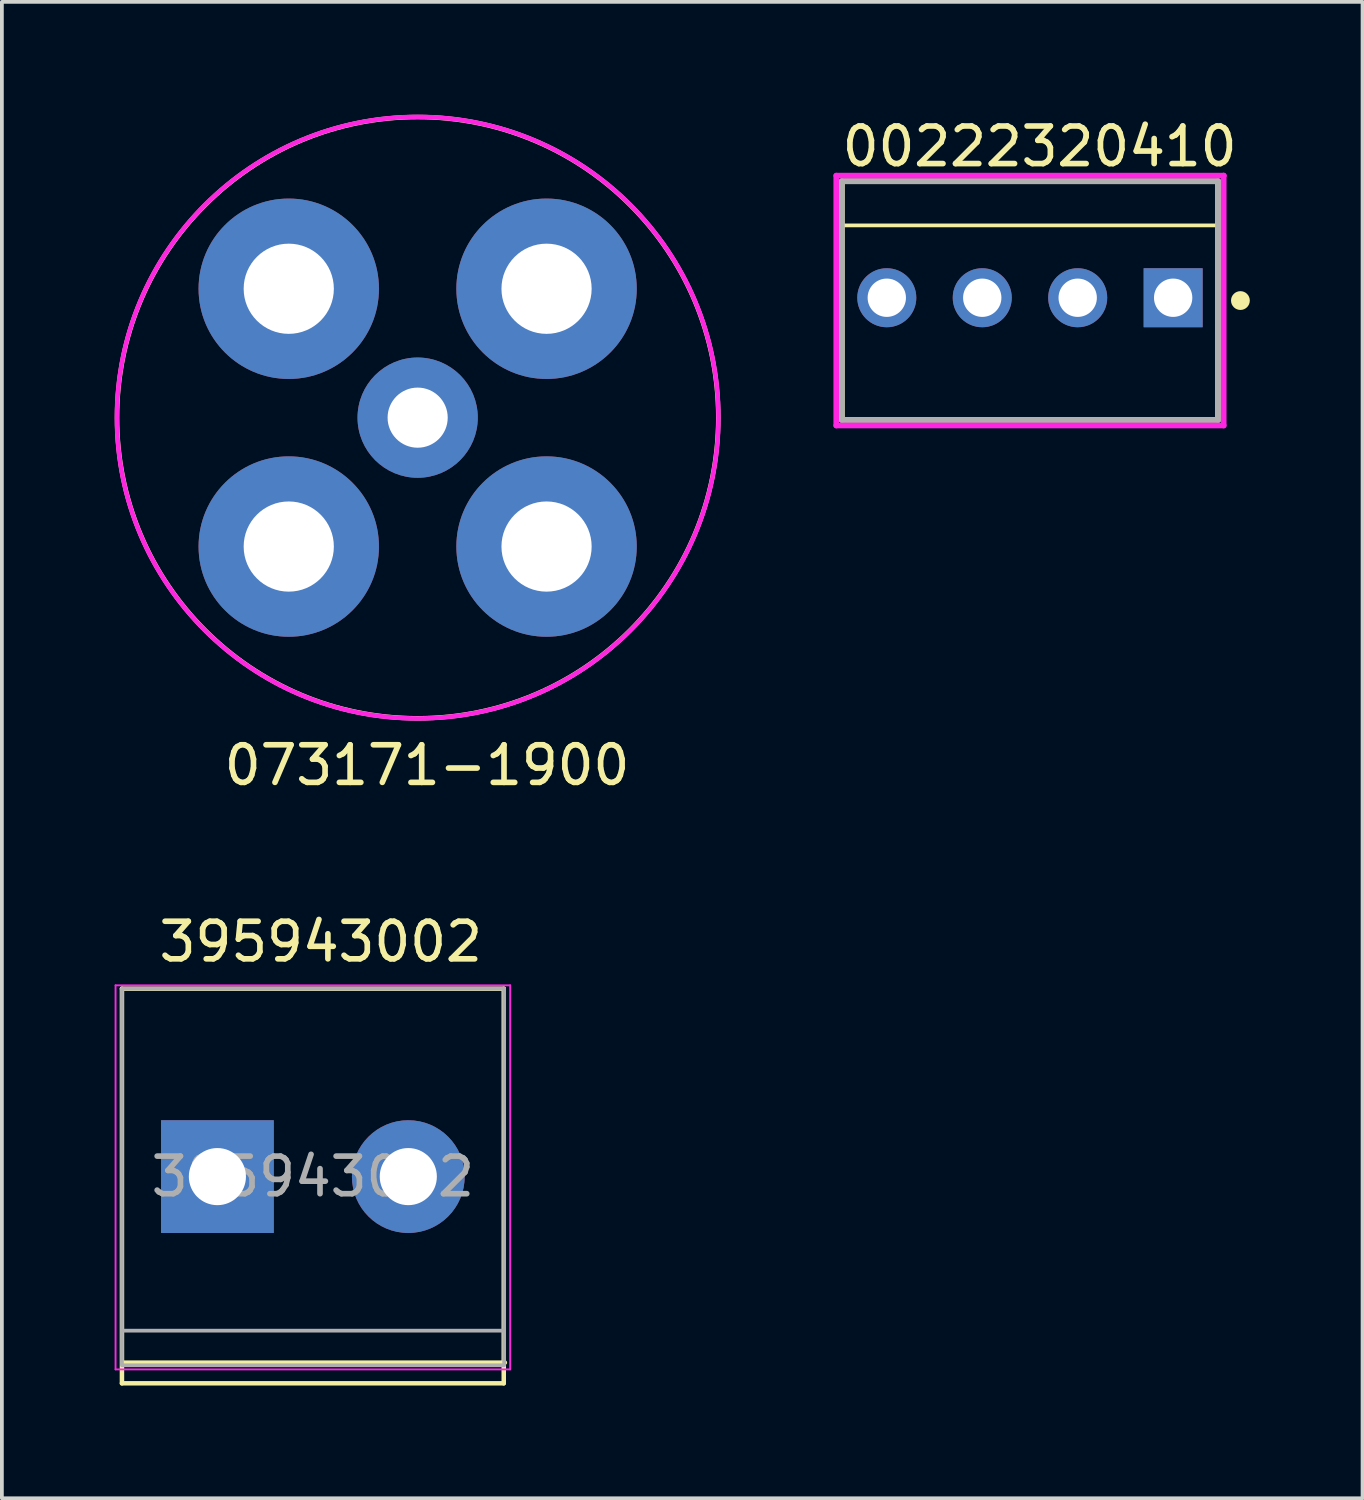
<source format=kicad_pcb>
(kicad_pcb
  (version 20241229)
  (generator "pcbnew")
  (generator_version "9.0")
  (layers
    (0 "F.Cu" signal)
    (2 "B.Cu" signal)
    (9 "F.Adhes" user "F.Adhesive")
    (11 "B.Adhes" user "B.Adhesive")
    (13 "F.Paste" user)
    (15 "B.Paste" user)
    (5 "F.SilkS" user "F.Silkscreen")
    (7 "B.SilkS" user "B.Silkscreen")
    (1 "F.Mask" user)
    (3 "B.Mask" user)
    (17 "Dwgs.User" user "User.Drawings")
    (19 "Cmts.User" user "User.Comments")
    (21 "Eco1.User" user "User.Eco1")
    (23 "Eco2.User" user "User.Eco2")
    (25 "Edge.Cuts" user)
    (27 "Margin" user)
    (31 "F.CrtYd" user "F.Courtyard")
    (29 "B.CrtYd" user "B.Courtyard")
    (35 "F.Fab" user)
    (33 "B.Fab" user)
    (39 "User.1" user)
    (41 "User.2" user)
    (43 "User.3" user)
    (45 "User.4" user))
  (footprint "00222320410"
    (layer "F.Cu")
    (at 24.358 4.948)
    (property "Reference" "00222320410" (at -5.08 -4.1 0) (layer "F.SilkS") (effects (font (size 1 1) (thickness 0.15)) (justify left)))
    (attr through_hole)
    (fp_line (start -5.005 -3.175) (end 5.005 -3.175) (stroke (width 0.15) (type solid)) (layer "F.SilkS"))
    (fp_line (start -5.005 3.175) (end -5.005 -3.175) (stroke (width 0.15) (type solid)) (layer "F.SilkS"))
    (fp_line (start -5 -2) (end 5 -2) (stroke (width 0.1) (type default)) (layer "F.SilkS"))
    (fp_line (start 5.005 -3.175) (end 5.005 3.175) (stroke (width 0.15) (type solid)) (layer "F.SilkS"))
    (fp_line (start 5.005 3.175) (end -5.005 3.175) (stroke (width 0.15) (type solid)) (layer "F.SilkS"))
    (fp_circle (center 5.6 0) (end 5.8 0) (stroke (width 0.1) (type solid)) (fill yes) (layer "F.SilkS"))
    (fp_line (start -5.155 -3.325) (end -5.155 3.325) (stroke (width 0.15) (type solid)) (layer "F.CrtYd"))
    (fp_line (start -5.155 3.325) (end 5.155 3.325) (stroke (width 0.15) (type solid)) (layer "F.CrtYd"))
    (fp_line (start 5.155 -3.325) (end -5.155 -3.325) (stroke (width 0.15) (type solid)) (layer "F.CrtYd"))
    (fp_line (start 5.155 -3.325) (end 5.155 -3.325) (stroke (width 0.15) (type solid)) (layer "F.CrtYd"))
    (fp_line (start 5.155 3.325) (end 5.155 -3.325) (stroke (width 0.15) (type solid)) (layer "F.CrtYd"))
    (fp_line (start -5.005 -3.175) (end 5.005 -3.175) (stroke (width 0.15) (type solid)) (layer "F.Fab"))
    (fp_line (start -5.005 3.175) (end -5.005 -3.175) (stroke (width 0.15) (type solid)) (layer "F.Fab"))
    (fp_line (start 5.005 -3.175) (end 5.005 3.175) (stroke (width 0.15) (type solid)) (layer "F.Fab"))
    (fp_line (start 5.005 3.175) (end -5.005 3.175) (stroke (width 0.15) (type solid)) (layer "F.Fab"))
    (pad "1" thru_hole rect (at 3.81 -0.075) (size 1.57 1.57) (drill 1.02) (layers "*.Cu"))
    (pad "2" thru_hole circle (at 1.27 -0.075) (size 1.57 1.57) (drill 1.02) (layers "*.Cu"))
    (pad "3" thru_hole circle (at -1.27 -0.075) (size 1.57 1.57) (drill 1.02) (layers "*.Cu"))
    (pad "4" thru_hole circle (at -3.81 -0.075) (size 1.57 1.57) (drill 1.02) (layers "*.Cu")))
  (footprint "073171-1900"
    (layer "F.Cu")
    (at 8.064 8.064)
    (property "Reference" "073171-1900" (at 0.25 9.25 0) (unlocked yes) (layer "F.SilkS") (effects (font (size 1 1) (thickness 0.15))))
    (attr through_hole)
    (fp_circle (center 0 0) (end 8 0) (stroke (width 0.12) (type solid)) (fill no) (layer "F.SilkS"))
    (fp_circle (center 0 0) (end 0 0) (stroke (width 0.12) (type solid)) (fill no) (layer "F.CrtYd"))
    (fp_circle (center 0 0) (end 8 -0.25) (stroke (width 0.12) (type solid)) (fill no) (layer "F.CrtYd"))
    (pad "1" thru_hole circle (at 0 0) (size 3.2 3.2) (drill 1.6) (layers "*.Cu" "*.Mask"))
    (pad "2" thru_hole circle (at -3.43 -3.43) (size 4.8 4.8) (drill 2.4) (layers "*.Cu" "*.Mask"))
    (pad "2" thru_hole circle (at -3.43 3.43) (size 4.8 4.8) (drill 2.4) (layers "*.Cu" "*.Mask"))
    (pad "2" thru_hole circle (at 3.43 -3.43) (size 4.8 4.8) (drill 2.4) (layers "*.Cu" "*.Mask"))
    (pad "2" thru_hole circle (at 3.43 3.43) (size 4.8 4.8) (drill 2.4) (layers "*.Cu" "*.Mask")))
  (footprint "395943002"
    (layer "F.Cu")
    (at 2.735 28.26)
    (property "Reference" "395943002" (at 2.75 -6.25 0) (layer "F.SilkS") (effects (font (size 1 1) (thickness 0.15))))
    (attr through_hole)
    (fp_line (start -2.54 -5) (end -2.54 5.5) (stroke (width 0.12) (type solid)) (layer "F.SilkS"))
    (fp_line (start -2.54 5.5) (end 7.62 5.5) (stroke (width 0.12) (type solid)) (layer "F.SilkS"))
    (fp_line (start 7.62 -5) (end -2.54 -5) (stroke (width 0.12) (type solid)) (layer "F.SilkS"))
    (fp_line (start 7.62 5.5) (end 7.62 -5) (stroke (width 0.12) (type solid)) (layer "F.SilkS"))
    (fp_line (start 7.65 4.95) (end -2.5 4.95) (stroke (width 0.12) (type solid)) (layer "F.SilkS"))
    (fp_line (start -2.71 -5.09) (end -2.71 5.13) (stroke (width 0.05) (type solid)) (layer "F.CrtYd"))
    (fp_line (start -2.71 -5.09) (end 7.79 -5.09) (stroke (width 0.05) (type solid)) (layer "F.CrtYd"))
    (fp_line (start 7.79 5.13) (end -2.71 5.13) (stroke (width 0.05) (type solid)) (layer "F.CrtYd"))
    (fp_line (start 7.79 5.13) (end 7.79 -5.09) (stroke (width 0.05) (type solid)) (layer "F.CrtYd"))
    (fp_line (start 7.6 4.1) (end -2.5 4.1) (stroke (width 0.1) (type default)) (layer "F.Fab"))
    (fp_rect (start -2.54 -5) (end 7.63 5.02) (stroke (width 0.1) (type default)) (fill no) (layer "F.Fab"))
    (fp_text user "${REFERENCE}" (at 2.54 0 0) (layer "F.Fab") (effects (font (size 1 1) (thickness 0.15))))
    (pad "1" thru_hole rect (at 0 0) (size 3 3) (drill 1.52) (layers "*.Cu" "*.Mask"))
    (pad "2" thru_hole circle (at 5.08 0) (size 3 3) (drill 1.52) (layers "*.Cu" "*.Mask")))
  (gr_rect
    (start -3 -3)
    (end 33.208 36.82)
    (stroke (width 0.1) (type default))
    (fill no)
    (layer "Edge.Cuts")))
</source>
